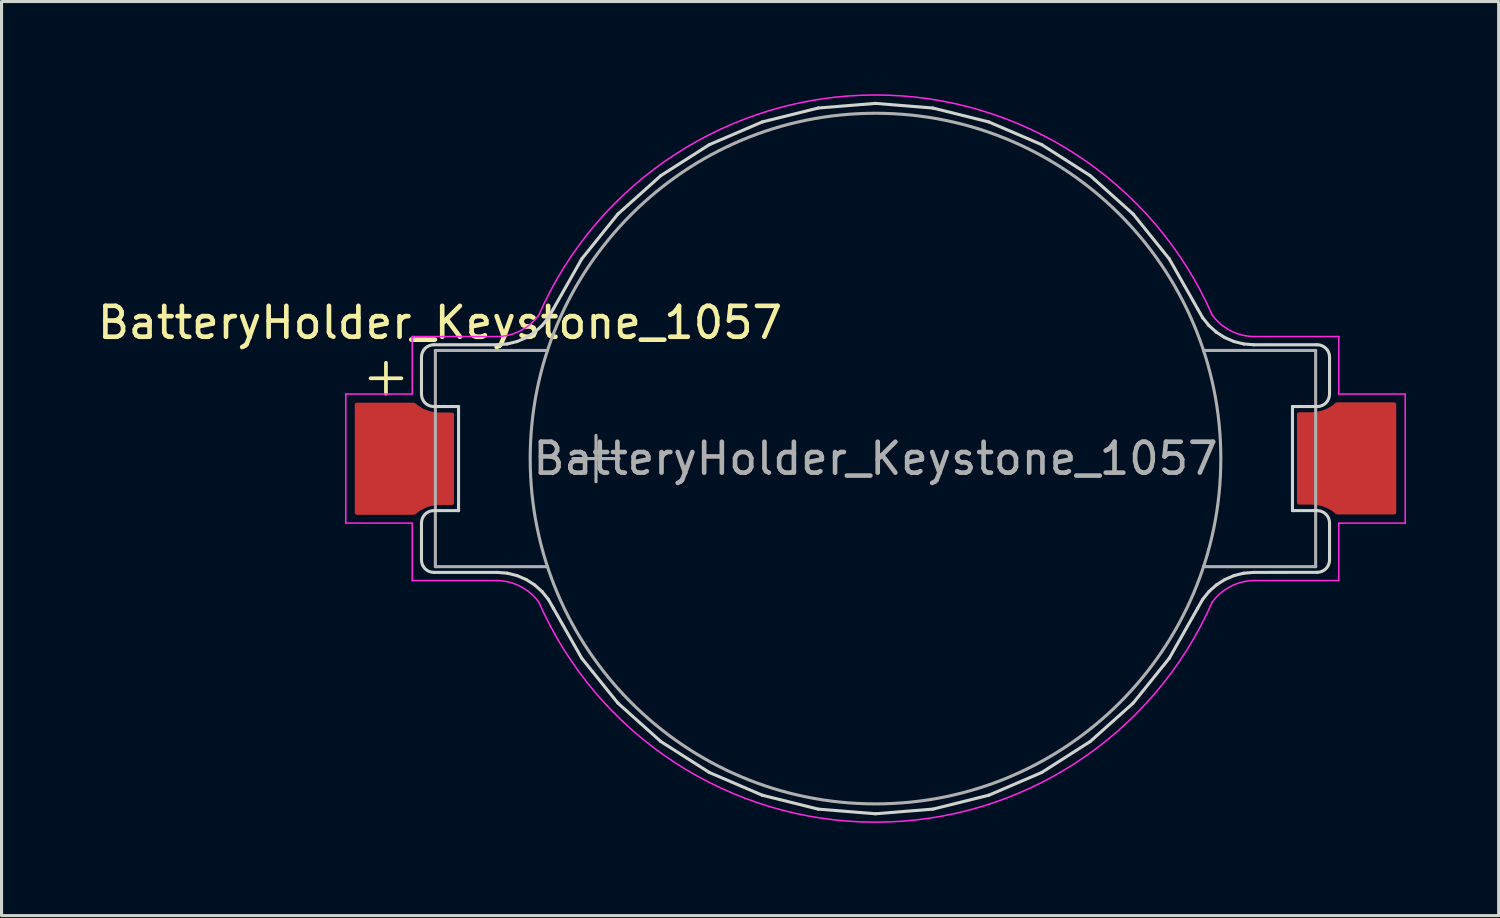
<source format=kicad_pcb>
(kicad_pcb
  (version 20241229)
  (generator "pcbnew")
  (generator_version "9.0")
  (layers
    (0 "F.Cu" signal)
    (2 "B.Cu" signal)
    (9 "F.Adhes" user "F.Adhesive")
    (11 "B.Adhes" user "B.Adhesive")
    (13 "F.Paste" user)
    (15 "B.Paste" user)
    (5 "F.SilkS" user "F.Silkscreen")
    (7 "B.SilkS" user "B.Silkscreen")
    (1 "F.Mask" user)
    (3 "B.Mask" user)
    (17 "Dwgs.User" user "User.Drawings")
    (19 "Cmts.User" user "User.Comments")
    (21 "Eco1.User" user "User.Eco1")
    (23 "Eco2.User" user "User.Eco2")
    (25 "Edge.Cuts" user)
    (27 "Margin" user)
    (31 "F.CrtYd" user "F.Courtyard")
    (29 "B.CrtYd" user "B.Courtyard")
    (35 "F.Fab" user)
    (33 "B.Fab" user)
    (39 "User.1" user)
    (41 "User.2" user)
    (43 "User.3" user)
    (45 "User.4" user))
  (footprint "BatteryHolder_Keystone_1057"
    (layer "F.Cu")
    (at 25.296 11.797)
    (property "Reference" "BatteryHolder_Keystone_1057" (at -14.1 -4.4 0) (layer "F.SilkS") (effects (font (size 1 1) (thickness 0.15))))
    (attr smd)
    (fp_line (start -15.85 -3.1) (end -15.85 -2.1) (stroke (width 0.12) (type solid)) (layer "F.SilkS"))
    (fp_line (start -15.35 -2.6) (end -16.35 -2.6) (stroke (width 0.12) (type solid)) (layer "F.SilkS"))
    (fp_line (start -14.7 -2.085) (end -14.7 -3.285) (stroke (width 0.1) (type solid)) (layer "Edge.Cuts"))
    (fp_line (start -14.7 3.285) (end -14.7 2.085) (stroke (width 0.1) (type solid)) (layer "Edge.Cuts"))
    (fp_line (start -14.3 -3.685) (end -12.245 -3.685) (stroke (width 0.1) (type solid)) (layer "Edge.Cuts"))
    (fp_line (start -14.3 1.685) (end -13.5 1.685) (stroke (width 0.1) (type solid)) (layer "Edge.Cuts"))
    (fp_line (start -13.5 -1.685) (end -14.3 -1.685) (stroke (width 0.1) (type solid)) (layer "Edge.Cuts"))
    (fp_line (start -13.5 1.685) (end -13.5 -1.685) (stroke (width 0.1) (type solid)) (layer "Edge.Cuts"))
    (fp_line (start -12.245 -3.685) (end -11.921 -3.711) (stroke (width 0.1) (type solid)) (layer "Edge.Cuts"))
    (fp_line (start -12.245 3.685) (end -14.3 3.685) (stroke (width 0.1) (type solid)) (layer "Edge.Cuts"))
    (fp_line (start -11.921 -3.711) (end -11.607 -3.789) (stroke (width 0.1) (type solid)) (layer "Edge.Cuts"))
    (fp_line (start -11.921 3.711) (end -12.245 3.685) (stroke (width 0.1) (type solid)) (layer "Edge.Cuts"))
    (fp_line (start -11.607 -3.789) (end -11.309 -3.917) (stroke (width 0.1) (type solid)) (layer "Edge.Cuts"))
    (fp_line (start -11.607 3.789) (end -11.921 3.711) (stroke (width 0.1) (type solid)) (layer "Edge.Cuts"))
    (fp_line (start -11.309 -3.917) (end -11.035 -4.092) (stroke (width 0.1) (type solid)) (layer "Edge.Cuts"))
    (fp_line (start -11.309 3.917) (end -11.607 3.789) (stroke (width 0.1) (type solid)) (layer "Edge.Cuts"))
    (fp_line (start -11.035 -4.092) (end -10.794 -4.308) (stroke (width 0.1) (type solid)) (layer "Edge.Cuts"))
    (fp_line (start -11.035 4.092) (end -11.309 3.917) (stroke (width 0.1) (type solid)) (layer "Edge.Cuts"))
    (fp_line (start -10.794 -4.308) (end -10.591 -4.561) (stroke (width 0.1) (type solid)) (layer "Edge.Cuts"))
    (fp_line (start -10.794 4.308) (end -11.035 4.092) (stroke (width 0.1) (type solid)) (layer "Edge.Cuts"))
    (fp_line (start -10.591 -4.561) (end -10.431 -4.843) (stroke (width 0.1) (type solid)) (layer "Edge.Cuts"))
    (fp_line (start -10.591 4.561) (end -10.794 4.308) (stroke (width 0.1) (type solid)) (layer "Edge.Cuts"))
    (fp_line (start -10.431 -4.843) (end -9.511 -6.465) (stroke (width 0.1) (type solid)) (layer "Edge.Cuts"))
    (fp_line (start -10.431 4.843) (end -10.591 4.561) (stroke (width 0.1) (type solid)) (layer "Edge.Cuts"))
    (fp_line (start -9.511 -6.465) (end -8.341 -7.917) (stroke (width 0.1) (type solid)) (layer "Edge.Cuts"))
    (fp_line (start -9.511 6.465) (end -10.431 4.843) (stroke (width 0.1) (type solid)) (layer "Edge.Cuts"))
    (fp_line (start -8.341 -7.917) (end -6.952 -9.16) (stroke (width 0.1) (type solid)) (layer "Edge.Cuts"))
    (fp_line (start -8.341 7.917) (end -9.511 6.465) (stroke (width 0.1) (type solid)) (layer "Edge.Cuts"))
    (fp_line (start -6.952 -9.16) (end -5.381 -10.163) (stroke (width 0.1) (type solid)) (layer "Edge.Cuts"))
    (fp_line (start -6.952 9.16) (end -8.341 7.917) (stroke (width 0.1) (type solid)) (layer "Edge.Cuts"))
    (fp_line (start -5.381 -10.163) (end -3.668 -10.899) (stroke (width 0.1) (type solid)) (layer "Edge.Cuts"))
    (fp_line (start -5.381 10.163) (end -6.952 9.16) (stroke (width 0.1) (type solid)) (layer "Edge.Cuts"))
    (fp_line (start -3.668 -10.899) (end -1.858 -11.349) (stroke (width 0.1) (type solid)) (layer "Edge.Cuts"))
    (fp_line (start -3.668 10.899) (end -5.381 10.163) (stroke (width 0.1) (type solid)) (layer "Edge.Cuts"))
    (fp_line (start -1.858 -11.349) (end 0 -11.5) (stroke (width 0.1) (type solid)) (layer "Edge.Cuts"))
    (fp_line (start -1.858 11.349) (end -3.668 10.899) (stroke (width 0.1) (type solid)) (layer "Edge.Cuts"))
    (fp_line (start 0 -11.5) (end 1.858 -11.349) (stroke (width 0.1) (type solid)) (layer "Edge.Cuts"))
    (fp_line (start 0 11.5) (end -1.858 11.349) (stroke (width 0.1) (type solid)) (layer "Edge.Cuts"))
    (fp_line (start 1.858 -11.349) (end 3.668 -10.899) (stroke (width 0.1) (type solid)) (layer "Edge.Cuts"))
    (fp_line (start 1.858 11.349) (end 0 11.5) (stroke (width 0.1) (type solid)) (layer "Edge.Cuts"))
    (fp_line (start 3.668 -10.899) (end 5.381 -10.163) (stroke (width 0.1) (type solid)) (layer "Edge.Cuts"))
    (fp_line (start 3.668 10.899) (end 1.858 11.349) (stroke (width 0.1) (type solid)) (layer "Edge.Cuts"))
    (fp_line (start 5.381 -10.163) (end 6.952 -9.16) (stroke (width 0.1) (type solid)) (layer "Edge.Cuts"))
    (fp_line (start 5.381 10.163) (end 3.668 10.899) (stroke (width 0.1) (type solid)) (layer "Edge.Cuts"))
    (fp_line (start 6.952 -9.16) (end 8.341 -7.917) (stroke (width 0.1) (type solid)) (layer "Edge.Cuts"))
    (fp_line (start 6.952 9.16) (end 5.381 10.163) (stroke (width 0.1) (type solid)) (layer "Edge.Cuts"))
    (fp_line (start 8.341 -7.917) (end 9.511 -6.465) (stroke (width 0.1) (type solid)) (layer "Edge.Cuts"))
    (fp_line (start 8.341 7.917) (end 6.952 9.16) (stroke (width 0.1) (type solid)) (layer "Edge.Cuts"))
    (fp_line (start 9.511 -6.465) (end 10.431 -4.843) (stroke (width 0.1) (type solid)) (layer "Edge.Cuts"))
    (fp_line (start 9.511 6.465) (end 8.341 7.917) (stroke (width 0.1) (type solid)) (layer "Edge.Cuts"))
    (fp_line (start 10.431 -4.843) (end 10.591 -4.561) (stroke (width 0.1) (type solid)) (layer "Edge.Cuts"))
    (fp_line (start 10.431 4.843) (end 9.511 6.465) (stroke (width 0.1) (type solid)) (layer "Edge.Cuts"))
    (fp_line (start 10.591 -4.561) (end 10.794 -4.308) (stroke (width 0.1) (type solid)) (layer "Edge.Cuts"))
    (fp_line (start 10.591 4.561) (end 10.431 4.843) (stroke (width 0.1) (type solid)) (layer "Edge.Cuts"))
    (fp_line (start 10.794 -4.308) (end 11.035 -4.092) (stroke (width 0.1) (type solid)) (layer "Edge.Cuts"))
    (fp_line (start 10.794 4.308) (end 10.591 4.561) (stroke (width 0.1) (type solid)) (layer "Edge.Cuts"))
    (fp_line (start 11.035 -4.092) (end 11.309 -3.917) (stroke (width 0.1) (type solid)) (layer "Edge.Cuts"))
    (fp_line (start 11.035 4.092) (end 10.794 4.308) (stroke (width 0.1) (type solid)) (layer "Edge.Cuts"))
    (fp_line (start 11.309 -3.917) (end 11.607 -3.789) (stroke (width 0.1) (type solid)) (layer "Edge.Cuts"))
    (fp_line (start 11.309 3.917) (end 11.035 4.092) (stroke (width 0.1) (type solid)) (layer "Edge.Cuts"))
    (fp_line (start 11.607 -3.789) (end 11.921 -3.711) (stroke (width 0.1) (type solid)) (layer "Edge.Cuts"))
    (fp_line (start 11.607 3.789) (end 11.309 3.917) (stroke (width 0.1) (type solid)) (layer "Edge.Cuts"))
    (fp_line (start 11.921 -3.711) (end 12.245 -3.685) (stroke (width 0.1) (type solid)) (layer "Edge.Cuts"))
    (fp_line (start 11.921 3.711) (end 11.607 3.789) (stroke (width 0.1) (type solid)) (layer "Edge.Cuts"))
    (fp_line (start 12.245 -3.685) (end 14.3 -3.685) (stroke (width 0.1) (type solid)) (layer "Edge.Cuts"))
    (fp_line (start 12.245 3.685) (end 11.921 3.711) (stroke (width 0.1) (type solid)) (layer "Edge.Cuts"))
    (fp_line (start 13.5 -1.685) (end 13.5 1.685) (stroke (width 0.1) (type solid)) (layer "Edge.Cuts"))
    (fp_line (start 13.5 1.685) (end 14.3 1.685) (stroke (width 0.1) (type solid)) (layer "Edge.Cuts"))
    (fp_line (start 14.3 -1.685) (end 13.5 -1.685) (stroke (width 0.1) (type solid)) (layer "Edge.Cuts"))
    (fp_line (start 14.3 3.683) (end 12.245 3.685) (stroke (width 0.1) (type solid)) (layer "Edge.Cuts"))
    (fp_line (start 14.7 -3.285) (end 14.7 -2.085) (stroke (width 0.1) (type solid)) (layer "Edge.Cuts"))
    (fp_line (start 14.7 2.083) (end 14.7 3.283) (stroke (width 0.1) (type solid)) (layer "Edge.Cuts"))
    (fp_arc (start -14.7 -3.285) (mid -14.582843 -3.567843) (end -14.3 -3.685) (stroke (width 0.1) (type solid)) (layer "Edge.Cuts"))
    (fp_arc (start -14.7 2.084949) (mid -14.582843 1.802106) (end -14.3 1.684949) (stroke (width 0.1) (type solid)) (layer "Edge.Cuts"))
    (fp_arc (start -14.3 -1.68505) (mid -14.582843 -1.802207) (end -14.7 -2.08505) (stroke (width 0.1) (type solid)) (layer "Edge.Cuts"))
    (fp_arc (start -14.3 3.684899) (mid -14.582843 3.567742) (end -14.7 3.284899) (stroke (width 0.1) (type solid)) (layer "Edge.Cuts"))
    (fp_arc (start 14.3 -3.685) (mid 14.582843 -3.567843) (end 14.7 -3.285) (stroke (width 0.1) (type solid)) (layer "Edge.Cuts"))
    (fp_arc (start 14.3 1.68505) (mid 14.582843 1.802207) (end 14.7 2.08505) (stroke (width 0.1) (type solid)) (layer "Edge.Cuts"))
    (fp_arc (start 14.7 -2.08505) (mid 14.582843 -1.802207) (end 14.3 -1.68505) (stroke (width 0.1) (type solid)) (layer "Edge.Cuts"))
    (fp_arc (start 14.7 3.282793) (mid 14.582843 3.565636) (end 14.3 3.682793) (stroke (width 0.1) (type solid)) (layer "Edge.Cuts"))
    (fp_line (start -17.15 -2.09) (end -17.15 2.09) (stroke (width 0.05) (type solid)) (layer "F.CrtYd"))
    (fp_line (start -17.15 2.09) (end -15 2.09) (stroke (width 0.05) (type solid)) (layer "F.CrtYd"))
    (fp_line (start -15 -3.95) (end -15 -2.09) (stroke (width 0.05) (type solid)) (layer "F.CrtYd"))
    (fp_line (start -15 -2.09) (end -17.15 -2.09) (stroke (width 0.05) (type solid)) (layer "F.CrtYd"))
    (fp_line (start -15 3.95) (end -15 2.09) (stroke (width 0.05) (type solid)) (layer "F.CrtYd"))
    (fp_line (start -12.25 -3.95) (end -15 -3.95) (stroke (width 0.05) (type solid)) (layer "F.CrtYd"))
    (fp_line (start -12.25 3.95) (end -15 3.95) (stroke (width 0.05) (type solid)) (layer "F.CrtYd"))
    (fp_line (start 12.25 -3.95) (end 15 -3.95) (stroke (width 0.05) (type solid)) (layer "F.CrtYd"))
    (fp_line (start 12.25 3.95) (end 15 3.95) (stroke (width 0.05) (type solid)) (layer "F.CrtYd"))
    (fp_line (start 15 -3.95) (end 15 -2.09) (stroke (width 0.05) (type solid)) (layer "F.CrtYd"))
    (fp_line (start 15 2.09) (end 17.15 2.09) (stroke (width 0.05) (type solid)) (layer "F.CrtYd"))
    (fp_line (start 15 3.95) (end 15 2.09) (stroke (width 0.05) (type solid)) (layer "F.CrtYd"))
    (fp_line (start 17.15 -2.09) (end 15 -2.09) (stroke (width 0.05) (type solid)) (layer "F.CrtYd"))
    (fp_line (start 17.15 2.09) (end 17.15 -2.09) (stroke (width 0.05) (type solid)) (layer "F.CrtYd"))
    (fp_arc (start -12.25 3.95) (mid -11.492594 4.141075) (end -10.9 4.65) (stroke (width 0.05) (type solid)) (layer "F.CrtYd"))
    (fp_arc (start -10.9 -4.65) (mid -11.492594 -4.141075) (end -12.25 -3.95) (stroke (width 0.05) (type solid)) (layer "F.CrtYd"))
    (fp_arc (start -10.9 -4.65) (mid 0 -11.772188) (end 10.9 -4.65) (stroke (width 0.05) (type solid)) (layer "F.CrtYd"))
    (fp_arc (start 10.9 4.65) (mid 0 11.7722) (end -10.9 4.65) (stroke (width 0.05) (type solid)) (layer "F.CrtYd"))
    (fp_arc (start 10.9 4.65) (mid 11.492594 4.141075) (end 12.25 3.95) (stroke (width 0.05) (type solid)) (layer "F.CrtYd"))
    (fp_arc (start 12.25 -3.95) (mid 11.492594 -4.141075) (end 10.9 -4.65) (stroke (width 0.05) (type solid)) (layer "F.CrtYd"))
    (fp_line (start -14.25 -3.5) (end -14.25 3.5) (stroke (width 0.1) (type solid)) (layer "F.Fab"))
    (fp_line (start -14.25 3.5) (end -10.62 3.5) (stroke (width 0.1) (type solid)) (layer "F.Fab"))
    (fp_line (start -10.62 -3.5) (end -14.25 -3.5) (stroke (width 0.1) (type solid)) (layer "F.Fab"))
    (fp_line (start -9.8 0) (end -8.3 0) (stroke (width 0.1) (type solid)) (layer "F.Fab"))
    (fp_line (start -9.05 -0.75) (end -9.05 0.75) (stroke (width 0.1) (type solid)) (layer "F.Fab"))
    (fp_line (start 10.62 -3.5) (end 14.25 -3.5) (stroke (width 0.1) (type solid)) (layer "F.Fab"))
    (fp_line (start 14.25 -3.5) (end 14.25 3.5) (stroke (width 0.1) (type solid)) (layer "F.Fab"))
    (fp_line (start 14.25 3.5) (end 10.62 3.5) (stroke (width 0.1) (type solid)) (layer "F.Fab"))
    (fp_circle (center 0 0) (end 11.18 0) (stroke (width 0.1) (type solid)) (fill no) (layer "F.Fab"))
    (fp_text user "${REFERENCE}" (at 0 0 0) (unlocked yes) (layer "F.Fab") (effects (font (size 1 1) (thickness 0.15))))
    (pad "1" smd custom (at -15.15 -0.1) (size 1 1) (layers "F.Cu" "F.Mask" "F.Paste") (options (anchor rect)) (primitives (gr_poly (pts (xy 0.2 -1.65) (xy 0.272 -1.595) (xy 0.343 -1.539) (xy 0.501 -1.45) (xy 0.585 -1.417) (xy 0.669 -1.385) (xy 0.758 -1.365) (xy 0.846 -1.344) (xy 1.026 -1.33) (xy 1.235 -1.33) (xy 1.444 -1.33) (xy 1.444 1.54) (xy 1.044 1.54) (xy 0.862 1.553) (xy 0.683 1.593) (xy 0.513 1.659) (xy 0.353 1.748) (xy 0.281 1.804) (xy 0.209 1.86) (xy -1.65 1.86) (xy -1.65 -1.65)) (width 0.12) (fill yes))))
    (pad "2" smd custom (at 15.15 0.1 180) (size 1 1) (layers "F.Cu" "F.Mask" "F.Paste") (options (anchor rect)) (primitives (gr_poly (pts (xy 0.2 -1.65) (xy 0.272 -1.595) (xy 0.343 -1.539) (xy 0.501 -1.45) (xy 0.585 -1.417) (xy 0.669 -1.385) (xy 0.758 -1.365) (xy 0.846 -1.344) (xy 1.026 -1.33) (xy 1.235 -1.33) (xy 1.444 -1.33) (xy 1.444 1.54) (xy 1.044 1.54) (xy 0.862 1.553) (xy 0.683 1.593) (xy 0.513 1.659) (xy 0.353 1.748) (xy 0.281 1.804) (xy 0.209 1.86) (xy -1.65 1.86) (xy -1.65 -1.65)) (width 0.12) (fill yes)))))
  (gr_rect
    (start -3 -3)
    (end 45.471 26.594)
    (stroke (width 0.1) (type default))
    (fill no)
    (layer "Edge.Cuts")))
</source>
